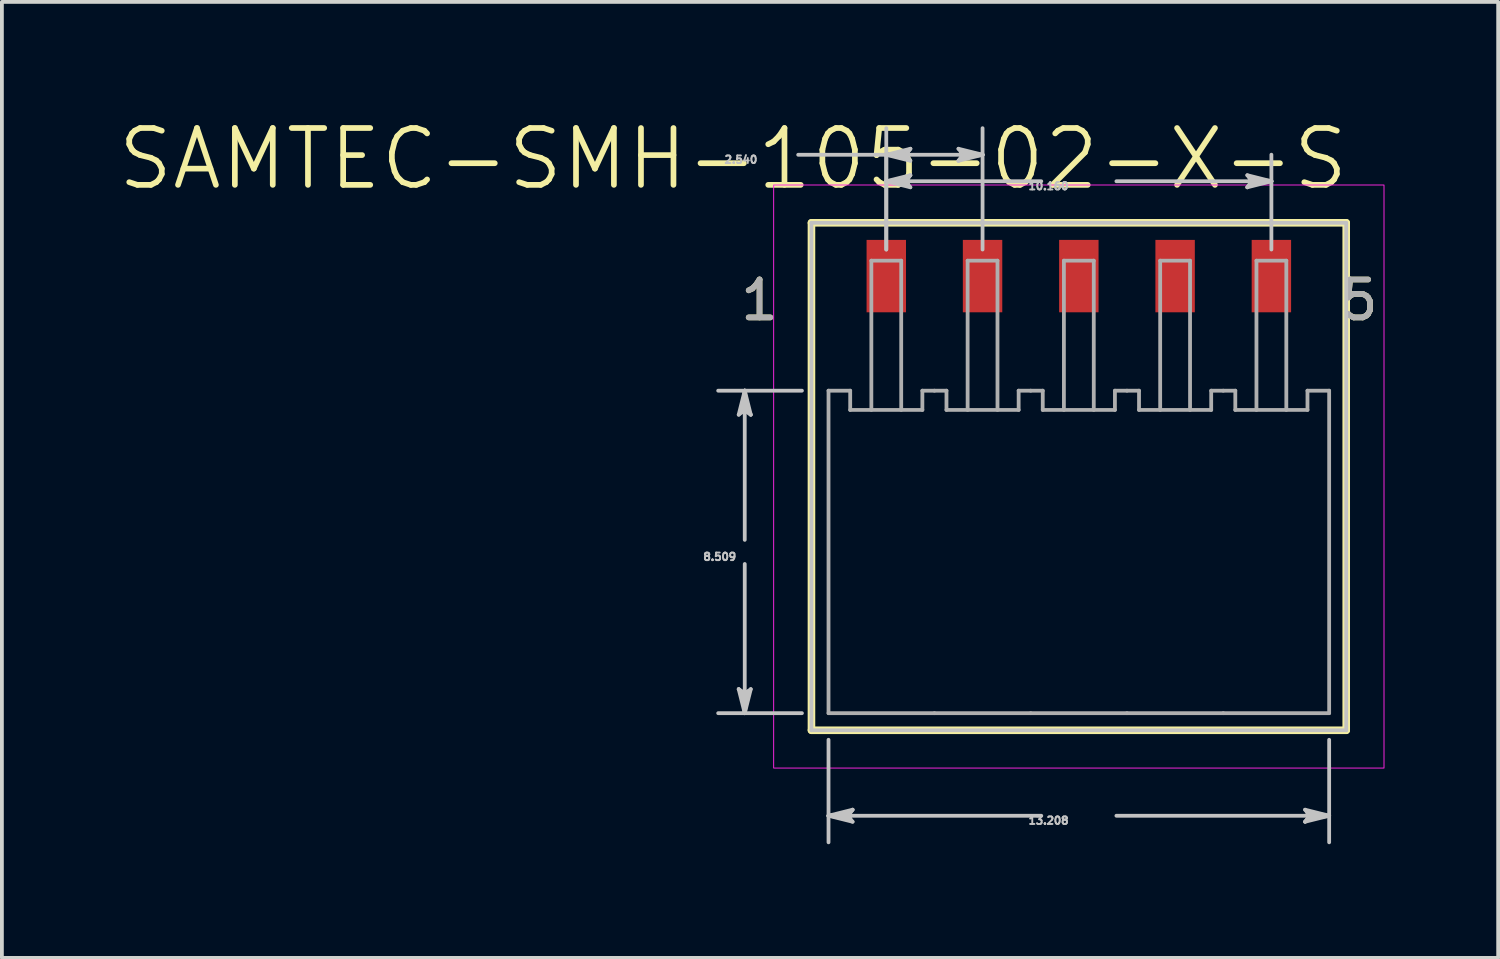
<source format=kicad_pcb>
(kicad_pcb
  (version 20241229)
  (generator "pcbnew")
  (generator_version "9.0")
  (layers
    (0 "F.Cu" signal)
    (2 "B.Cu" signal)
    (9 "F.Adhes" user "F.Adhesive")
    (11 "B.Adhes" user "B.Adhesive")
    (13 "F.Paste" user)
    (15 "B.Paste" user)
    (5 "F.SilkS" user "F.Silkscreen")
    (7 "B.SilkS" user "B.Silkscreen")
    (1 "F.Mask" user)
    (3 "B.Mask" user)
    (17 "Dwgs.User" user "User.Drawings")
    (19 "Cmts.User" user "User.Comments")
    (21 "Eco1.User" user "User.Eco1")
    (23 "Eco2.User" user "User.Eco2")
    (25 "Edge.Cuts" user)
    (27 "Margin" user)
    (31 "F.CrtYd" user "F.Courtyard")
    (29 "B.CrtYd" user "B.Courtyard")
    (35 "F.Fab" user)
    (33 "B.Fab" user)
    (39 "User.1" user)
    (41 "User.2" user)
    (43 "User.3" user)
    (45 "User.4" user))
  (footprint "SAMTEC-SMH-105-02-X-S"
    (layer "F.Cu")
    (at 25.412 11.511)
    (property "Reference" "SAMTEC-SMH-105-02-X-S" (at -9.123 -10.37 0) (layer "F.SilkS") (effects (font (size 1.5 1.5) (thickness 0.15))))
    (attr smd)
    (fp_poly (pts (xy -5.651 -8.283) (xy -4.509 -8.283) (xy -4.509 -6.271) (xy -5.651 -6.271)) (stroke (width 0.01) (type solid)) (fill yes) (layer "F.Mask"))
    (fp_poly (pts (xy -3.111 -8.283) (xy -1.969 -8.283) (xy -1.969 -6.271) (xy -3.111 -6.271)) (stroke (width 0.01) (type solid)) (fill yes) (layer "F.Mask"))
    (fp_poly (pts (xy -0.571 -8.283) (xy 0.571 -8.283) (xy 0.571 -6.271) (xy -0.571 -6.271)) (stroke (width 0.01) (type solid)) (fill yes) (layer "F.Mask"))
    (fp_poly (pts (xy 1.969 -8.283) (xy 3.111 -8.283) (xy 3.111 -6.271) (xy 1.969 -6.271)) (stroke (width 0.01) (type solid)) (fill yes) (layer "F.Mask"))
    (fp_poly (pts (xy 4.509 -8.283) (xy 5.651 -8.283) (xy 5.651 -6.271) (xy 4.509 -6.271)) (stroke (width 0.01) (type solid)) (fill yes) (layer "F.Mask"))
    (fp_line (start -7.054 -8.683) (end -7.054 4.705) (stroke (width 0.2) (type solid)) (layer "F.SilkS"))
    (fp_line (start -7.054 4.705) (end 7.054 4.705) (stroke (width 0.2) (type solid)) (layer "F.SilkS"))
    (fp_line (start 7.054 -8.683) (end -7.054 -8.683) (stroke (width 0.2) (type solid)) (layer "F.SilkS"))
    (fp_line (start 7.054 4.705) (end 7.054 -8.683) (stroke (width 0.2) (type solid)) (layer "F.SilkS"))
    (fp_poly (pts (xy -5.6 -8.232) (xy -4.56 -8.232) (xy -4.56 -6.322) (xy -5.6 -6.322)) (stroke (width 0.01) (type solid)) (fill yes) (layer "F.Paste"))
    (fp_poly (pts (xy -3.06 -8.232) (xy -2.02 -8.232) (xy -2.02 -6.322) (xy -3.06 -6.322)) (stroke (width 0.01) (type solid)) (fill yes) (layer "F.Paste"))
    (fp_poly (pts (xy -0.52 -8.232) (xy 0.52 -8.232) (xy 0.52 -6.322) (xy -0.52 -6.322)) (stroke (width 0.01) (type solid)) (fill yes) (layer "F.Paste"))
    (fp_poly (pts (xy 2.02 -8.232) (xy 3.06 -8.232) (xy 3.06 -6.322) (xy 2.02 -6.322)) (stroke (width 0.01) (type solid)) (fill yes) (layer "F.Paste"))
    (fp_poly (pts (xy 4.56 -8.232) (xy 5.6 -8.232) (xy 5.6 -6.322) (xy 4.56 -6.322)) (stroke (width 0.01) (type solid)) (fill yes) (layer "F.Paste"))
    (fp_line (start -8.973 -3.62) (end -8.814 -3.746) (stroke (width 0.1) (type solid)) (layer "Dwgs.User"))
    (fp_line (start -8.973 3.62) (end -8.814 4.254) (stroke (width 0.1) (type solid)) (layer "Dwgs.User"))
    (fp_line (start -8.893 -3.683) (end -8.814 -3.746) (stroke (width 0.1) (type solid)) (layer "Dwgs.User"))
    (fp_line (start -8.893 3.683) (end -8.973 3.62) (stroke (width 0.1) (type solid)) (layer "Dwgs.User"))
    (fp_line (start -8.814 -4.254) (end -8.973 -3.62) (stroke (width 0.1) (type solid)) (layer "Dwgs.User"))
    (fp_line (start -8.814 -4.254) (end -8.893 -3.683) (stroke (width 0.1) (type solid)) (layer "Dwgs.User"))
    (fp_line (start -8.814 -4.254) (end -8.734 -3.683) (stroke (width 0.1) (type solid)) (layer "Dwgs.User"))
    (fp_line (start -8.814 -3.746) (end -8.814 -4.254) (stroke (width 0.1) (type solid)) (layer "Dwgs.User"))
    (fp_line (start -8.814 -3.746) (end -8.655 -3.62) (stroke (width 0.1) (type solid)) (layer "Dwgs.User"))
    (fp_line (start -8.814 -0.318) (end -8.814 -4.254) (stroke (width 0.1) (type solid)) (layer "Dwgs.User"))
    (fp_line (start -8.814 0.318) (end -8.814 4.254) (stroke (width 0.1) (type solid)) (layer "Dwgs.User"))
    (fp_line (start -8.814 3.746) (end -8.973 3.62) (stroke (width 0.1) (type solid)) (layer "Dwgs.User"))
    (fp_line (start -8.814 3.746) (end -8.814 4.254) (stroke (width 0.1) (type solid)) (layer "Dwgs.User"))
    (fp_line (start -8.814 4.254) (end -8.893 3.683) (stroke (width 0.1) (type solid)) (layer "Dwgs.User"))
    (fp_line (start -8.814 4.254) (end -8.734 3.683) (stroke (width 0.1) (type solid)) (layer "Dwgs.User"))
    (fp_line (start -8.814 4.254) (end -8.655 3.62) (stroke (width 0.1) (type solid)) (layer "Dwgs.User"))
    (fp_line (start -8.734 -3.683) (end -8.655 -3.62) (stroke (width 0.1) (type solid)) (layer "Dwgs.User"))
    (fp_line (start -8.734 3.683) (end -8.814 3.746) (stroke (width 0.1) (type solid)) (layer "Dwgs.User"))
    (fp_line (start -8.655 -3.62) (end -8.814 -4.254) (stroke (width 0.1) (type solid)) (layer "Dwgs.User"))
    (fp_line (start -8.655 3.62) (end -8.814 3.746) (stroke (width 0.1) (type solid)) (layer "Dwgs.User"))
    (fp_line (start -7.404 -10.478) (end -5.08 -10.478) (stroke (width 0.1) (type solid)) (layer "Dwgs.User"))
    (fp_line (start -7.305 -4.254) (end -9.515 -4.254) (stroke (width 0.1) (type solid)) (layer "Dwgs.User"))
    (fp_line (start -7.305 4.254) (end -9.515 4.254) (stroke (width 0.1) (type solid)) (layer "Dwgs.User"))
    (fp_line (start -7.054 -8.683) (end -7.054 4.705) (stroke (width 0.1) (type solid)) (layer "Dwgs.User"))
    (fp_line (start -7.054 4.705) (end 7.054 4.705) (stroke (width 0.1) (type solid)) (layer "Dwgs.User"))
    (fp_line (start -6.604 4.956) (end -6.604 7.661) (stroke (width 0.1) (type solid)) (layer "Dwgs.User"))
    (fp_line (start -6.604 6.96) (end -6.032 6.88) (stroke (width 0.1) (type solid)) (layer "Dwgs.User"))
    (fp_line (start -6.604 6.96) (end -6.032 7.039) (stroke (width 0.1) (type solid)) (layer "Dwgs.User"))
    (fp_line (start -6.604 6.96) (end -5.969 7.118) (stroke (width 0.1) (type solid)) (layer "Dwgs.User"))
    (fp_line (start -6.096 6.96) (end -6.604 6.96) (stroke (width 0.1) (type solid)) (layer "Dwgs.User"))
    (fp_line (start -6.096 6.96) (end -5.969 6.801) (stroke (width 0.1) (type solid)) (layer "Dwgs.User"))
    (fp_line (start -6.032 6.88) (end -5.969 6.801) (stroke (width 0.1) (type solid)) (layer "Dwgs.User"))
    (fp_line (start -6.032 7.039) (end -6.096 6.96) (stroke (width 0.1) (type solid)) (layer "Dwgs.User"))
    (fp_line (start -5.969 6.801) (end -6.604 6.96) (stroke (width 0.1) (type solid)) (layer "Dwgs.User"))
    (fp_line (start -5.969 7.118) (end -6.096 6.96) (stroke (width 0.1) (type solid)) (layer "Dwgs.User"))
    (fp_line (start -5.08 -10.478) (end -4.508 -10.557) (stroke (width 0.1) (type solid)) (layer "Dwgs.User"))
    (fp_line (start -5.08 -10.478) (end -4.508 -10.398) (stroke (width 0.1) (type solid)) (layer "Dwgs.User"))
    (fp_line (start -5.08 -10.478) (end -4.445 -10.319) (stroke (width 0.1) (type solid)) (layer "Dwgs.User"))
    (fp_line (start -5.08 -10.478) (end -2.54 -10.478) (stroke (width 0.1) (type solid)) (layer "Dwgs.User"))
    (fp_line (start -5.08 -9.779) (end -4.508 -9.858) (stroke (width 0.1) (type solid)) (layer "Dwgs.User"))
    (fp_line (start -5.08 -9.779) (end -4.508 -9.7) (stroke (width 0.1) (type solid)) (layer "Dwgs.User"))
    (fp_line (start -5.08 -9.779) (end -4.445 -9.62) (stroke (width 0.1) (type solid)) (layer "Dwgs.User"))
    (fp_line (start -5.08 -7.978) (end -5.08 -11.179) (stroke (width 0.1) (type solid)) (layer "Dwgs.User"))
    (fp_line (start -5.08 -7.978) (end -5.08 -10.48) (stroke (width 0.1) (type solid)) (layer "Dwgs.User"))
    (fp_line (start -4.572 -10.478) (end -5.08 -10.478) (stroke (width 0.1) (type solid)) (layer "Dwgs.User"))
    (fp_line (start -4.572 -10.478) (end -4.445 -10.636) (stroke (width 0.1) (type solid)) (layer "Dwgs.User"))
    (fp_line (start -4.572 -9.779) (end -5.08 -9.779) (stroke (width 0.1) (type solid)) (layer "Dwgs.User"))
    (fp_line (start -4.572 -9.779) (end -4.445 -9.938) (stroke (width 0.1) (type solid)) (layer "Dwgs.User"))
    (fp_line (start -4.508 -10.557) (end -4.445 -10.636) (stroke (width 0.1) (type solid)) (layer "Dwgs.User"))
    (fp_line (start -4.508 -10.398) (end -4.572 -10.478) (stroke (width 0.1) (type solid)) (layer "Dwgs.User"))
    (fp_line (start -4.508 -9.858) (end -4.445 -9.938) (stroke (width 0.1) (type solid)) (layer "Dwgs.User"))
    (fp_line (start -4.508 -9.7) (end -4.572 -9.779) (stroke (width 0.1) (type solid)) (layer "Dwgs.User"))
    (fp_line (start -4.445 -10.636) (end -5.08 -10.478) (stroke (width 0.1) (type solid)) (layer "Dwgs.User"))
    (fp_line (start -4.445 -10.319) (end -4.572 -10.478) (stroke (width 0.1) (type solid)) (layer "Dwgs.User"))
    (fp_line (start -4.445 -9.938) (end -5.08 -9.779) (stroke (width 0.1) (type solid)) (layer "Dwgs.User"))
    (fp_line (start -4.445 -9.62) (end -4.572 -9.779) (stroke (width 0.1) (type solid)) (layer "Dwgs.User"))
    (fp_line (start -3.175 -10.636) (end -3.048 -10.478) (stroke (width 0.1) (type solid)) (layer "Dwgs.User"))
    (fp_line (start -3.175 -10.319) (end -2.54 -10.478) (stroke (width 0.1) (type solid)) (layer "Dwgs.User"))
    (fp_line (start -3.112 -10.557) (end -3.048 -10.478) (stroke (width 0.1) (type solid)) (layer "Dwgs.User"))
    (fp_line (start -3.112 -10.398) (end -3.175 -10.319) (stroke (width 0.1) (type solid)) (layer "Dwgs.User"))
    (fp_line (start -3.048 -10.478) (end -3.175 -10.319) (stroke (width 0.1) (type solid)) (layer "Dwgs.User"))
    (fp_line (start -3.048 -10.478) (end -2.54 -10.478) (stroke (width 0.1) (type solid)) (layer "Dwgs.User"))
    (fp_line (start -2.54 -10.478) (end -3.175 -10.636) (stroke (width 0.1) (type solid)) (layer "Dwgs.User"))
    (fp_line (start -2.54 -10.478) (end -3.112 -10.557) (stroke (width 0.1) (type solid)) (layer "Dwgs.User"))
    (fp_line (start -2.54 -10.478) (end -3.112 -10.398) (stroke (width 0.1) (type solid)) (layer "Dwgs.User"))
    (fp_line (start -2.54 -7.978) (end -2.54 -11.179) (stroke (width 0.1) (type solid)) (layer "Dwgs.User"))
    (fp_line (start -0.991 -9.779) (end -5.08 -9.779) (stroke (width 0.1) (type solid)) (layer "Dwgs.User"))
    (fp_line (start -0.991 6.96) (end -6.604 6.96) (stroke (width 0.1) (type solid)) (layer "Dwgs.User"))
    (fp_line (start 0.991 -9.779) (end 5.08 -9.779) (stroke (width 0.1) (type solid)) (layer "Dwgs.User"))
    (fp_line (start 0.991 6.96) (end 6.604 6.96) (stroke (width 0.1) (type solid)) (layer "Dwgs.User"))
    (fp_line (start 4.445 -9.938) (end 4.572 -9.779) (stroke (width 0.1) (type solid)) (layer "Dwgs.User"))
    (fp_line (start 4.445 -9.62) (end 5.08 -9.779) (stroke (width 0.1) (type solid)) (layer "Dwgs.User"))
    (fp_line (start 4.508 -9.858) (end 4.572 -9.779) (stroke (width 0.1) (type solid)) (layer "Dwgs.User"))
    (fp_line (start 4.508 -9.7) (end 4.445 -9.62) (stroke (width 0.1) (type solid)) (layer "Dwgs.User"))
    (fp_line (start 4.572 -9.779) (end 4.445 -9.62) (stroke (width 0.1) (type solid)) (layer "Dwgs.User"))
    (fp_line (start 4.572 -9.779) (end 5.08 -9.779) (stroke (width 0.1) (type solid)) (layer "Dwgs.User"))
    (fp_line (start 5.08 -9.779) (end 4.445 -9.938) (stroke (width 0.1) (type solid)) (layer "Dwgs.User"))
    (fp_line (start 5.08 -9.779) (end 4.508 -9.858) (stroke (width 0.1) (type solid)) (layer "Dwgs.User"))
    (fp_line (start 5.08 -9.779) (end 4.508 -9.7) (stroke (width 0.1) (type solid)) (layer "Dwgs.User"))
    (fp_line (start 5.08 -7.978) (end 5.08 -10.48) (stroke (width 0.1) (type solid)) (layer "Dwgs.User"))
    (fp_line (start 5.969 6.801) (end 6.096 6.96) (stroke (width 0.1) (type solid)) (layer "Dwgs.User"))
    (fp_line (start 5.969 7.118) (end 6.604 6.96) (stroke (width 0.1) (type solid)) (layer "Dwgs.User"))
    (fp_line (start 6.032 6.88) (end 6.096 6.96) (stroke (width 0.1) (type solid)) (layer "Dwgs.User"))
    (fp_line (start 6.032 7.039) (end 5.969 7.118) (stroke (width 0.1) (type solid)) (layer "Dwgs.User"))
    (fp_line (start 6.096 6.96) (end 5.969 7.118) (stroke (width 0.1) (type solid)) (layer "Dwgs.User"))
    (fp_line (start 6.096 6.96) (end 6.604 6.96) (stroke (width 0.1) (type solid)) (layer "Dwgs.User"))
    (fp_line (start 6.604 4.956) (end 6.604 7.661) (stroke (width 0.1) (type solid)) (layer "Dwgs.User"))
    (fp_line (start 6.604 6.96) (end 5.969 6.801) (stroke (width 0.1) (type solid)) (layer "Dwgs.User"))
    (fp_line (start 6.604 6.96) (end 6.032 6.88) (stroke (width 0.1) (type solid)) (layer "Dwgs.User"))
    (fp_line (start 6.604 6.96) (end 6.032 7.039) (stroke (width 0.1) (type solid)) (layer "Dwgs.User"))
    (fp_line (start 7.054 -8.683) (end -7.054 -8.683) (stroke (width 0.1) (type solid)) (layer "Dwgs.User"))
    (fp_line (start 7.054 4.705) (end 7.054 -8.683) (stroke (width 0.1) (type solid)) (layer "Dwgs.User"))
    (fp_poly (pts (xy 8.051 -9.68) (xy -8.051 -9.68) (xy -8.051 5.702) (xy 8.051 5.702) (xy 8.051 -9.68)) (stroke (width 0.025) (type solid)) (fill no) (layer "F.CrtYd"))
    (fp_line (start -6.604 4.254) (end -6.604 -4.254) (stroke (width 0.1) (type solid)) (layer "F.Fab"))
    (fp_line (start -6.032 -4.254) (end -6.604 -4.254) (stroke (width 0.1) (type solid)) (layer "F.Fab"))
    (fp_line (start -6.032 -3.746) (end -6.032 -4.254) (stroke (width 0.1) (type solid)) (layer "F.Fab"))
    (fp_line (start -5.474 -7.684) (end -5.474 -3.746) (stroke (width 0.1) (type solid)) (layer "F.Fab"))
    (fp_line (start -4.686 -7.684) (end -5.474 -7.684) (stroke (width 0.1) (type solid)) (layer "F.Fab"))
    (fp_line (start -4.686 -7.684) (end -4.686 -3.746) (stroke (width 0.1) (type solid)) (layer "F.Fab"))
    (fp_line (start -4.128 -4.254) (end -4.128 -3.746) (stroke (width 0.1) (type solid)) (layer "F.Fab"))
    (fp_line (start -4.128 -3.746) (end -6.032 -3.746) (stroke (width 0.1) (type solid)) (layer "F.Fab"))
    (fp_line (start -3.81 -4.254) (end -4.128 -4.254) (stroke (width 0.1) (type solid)) (layer "F.Fab"))
    (fp_line (start -3.81 4.254) (end -6.604 4.254) (stroke (width 0.1) (type solid)) (layer "F.Fab"))
    (fp_line (start -3.492 -4.254) (end -3.81 -4.254) (stroke (width 0.1) (type solid)) (layer "F.Fab"))
    (fp_line (start -3.492 -3.746) (end -3.492 -4.254) (stroke (width 0.1) (type solid)) (layer "F.Fab"))
    (fp_line (start -2.934 -3.746) (end -2.934 -7.684) (stroke (width 0.1) (type solid)) (layer "F.Fab"))
    (fp_line (start -2.146 -7.684) (end -2.934 -7.684) (stroke (width 0.1) (type solid)) (layer "F.Fab"))
    (fp_line (start -2.146 -7.684) (end -2.146 -3.746) (stroke (width 0.1) (type solid)) (layer "F.Fab"))
    (fp_line (start -1.588 -4.254) (end -1.588 -3.746) (stroke (width 0.1) (type solid)) (layer "F.Fab"))
    (fp_line (start -1.588 -3.746) (end -3.492 -3.746) (stroke (width 0.1) (type solid)) (layer "F.Fab"))
    (fp_line (start -1.27 -4.254) (end -1.588 -4.254) (stroke (width 0.1) (type solid)) (layer "F.Fab"))
    (fp_line (start -1.27 4.254) (end -3.81 4.254) (stroke (width 0.1) (type solid)) (layer "F.Fab"))
    (fp_line (start -0.952 -4.254) (end -1.27 -4.254) (stroke (width 0.1) (type solid)) (layer "F.Fab"))
    (fp_line (start -0.952 -3.746) (end -0.952 -4.254) (stroke (width 0.1) (type solid)) (layer "F.Fab"))
    (fp_line (start -0.394 -3.746) (end -0.394 -7.684) (stroke (width 0.1) (type solid)) (layer "F.Fab"))
    (fp_line (start 0.394 -7.684) (end -0.394 -7.684) (stroke (width 0.1) (type solid)) (layer "F.Fab"))
    (fp_line (start 0.394 -7.684) (end 0.394 -3.746) (stroke (width 0.1) (type solid)) (layer "F.Fab"))
    (fp_line (start 0.952 -4.254) (end 0.952 -3.746) (stroke (width 0.1) (type solid)) (layer "F.Fab"))
    (fp_line (start 0.952 -3.746) (end -0.952 -3.746) (stroke (width 0.1) (type solid)) (layer "F.Fab"))
    (fp_line (start 1.27 -4.254) (end 0.952 -4.254) (stroke (width 0.1) (type solid)) (layer "F.Fab"))
    (fp_line (start 1.27 4.254) (end -1.27 4.254) (stroke (width 0.1) (type solid)) (layer "F.Fab"))
    (fp_line (start 1.588 -4.254) (end 1.27 -4.254) (stroke (width 0.1) (type solid)) (layer "F.Fab"))
    (fp_line (start 1.588 -3.746) (end 1.588 -4.254) (stroke (width 0.1) (type solid)) (layer "F.Fab"))
    (fp_line (start 2.146 -3.746) (end 2.146 -7.684) (stroke (width 0.1) (type solid)) (layer "F.Fab"))
    (fp_line (start 2.934 -7.684) (end 2.146 -7.684) (stroke (width 0.1) (type solid)) (layer "F.Fab"))
    (fp_line (start 2.934 -7.684) (end 2.934 -3.746) (stroke (width 0.1) (type solid)) (layer "F.Fab"))
    (fp_line (start 3.492 -4.254) (end 3.492 -3.746) (stroke (width 0.1) (type solid)) (layer "F.Fab"))
    (fp_line (start 3.492 -3.746) (end 1.588 -3.746) (stroke (width 0.1) (type solid)) (layer "F.Fab"))
    (fp_line (start 3.81 -4.254) (end 3.492 -4.254) (stroke (width 0.1) (type solid)) (layer "F.Fab"))
    (fp_line (start 3.81 -4.254) (end 4.128 -4.254) (stroke (width 0.1) (type solid)) (layer "F.Fab"))
    (fp_line (start 3.81 4.254) (end 1.27 4.254) (stroke (width 0.1) (type solid)) (layer "F.Fab"))
    (fp_line (start 3.81 4.254) (end 6.604 4.254) (stroke (width 0.1) (type solid)) (layer "F.Fab"))
    (fp_line (start 4.128 -4.254) (end 4.128 -3.746) (stroke (width 0.1) (type solid)) (layer "F.Fab"))
    (fp_line (start 4.128 -3.746) (end 6.032 -3.746) (stroke (width 0.1) (type solid)) (layer "F.Fab"))
    (fp_line (start 4.686 -7.684) (end 4.686 -3.746) (stroke (width 0.1) (type solid)) (layer "F.Fab"))
    (fp_line (start 4.686 -7.684) (end 5.474 -7.684) (stroke (width 0.1) (type solid)) (layer "F.Fab"))
    (fp_line (start 5.474 -7.684) (end 5.474 -3.746) (stroke (width 0.1) (type solid)) (layer "F.Fab"))
    (fp_line (start 6.032 -4.254) (end 6.604 -4.254) (stroke (width 0.1) (type solid)) (layer "F.Fab"))
    (fp_line (start 6.032 -3.746) (end 6.032 -4.254) (stroke (width 0.1) (type solid)) (layer "F.Fab"))
    (fp_line (start 6.604 4.254) (end 6.604 -4.254) (stroke (width 0.1) (type solid)) (layer "F.Fab"))
    (fp_text user "5" (at 7.395 -6.642 0) (layer "F.SilkS") (effects (font (size 1 1) (thickness 0.15))))
    (fp_text user "1" (at -8.424 -6.642 0) (layer "F.SilkS") (effects (font (size 1 1) (thickness 0.15))))
    (fp_text user "13.208" (at -0.8 7.087 0) (layer "Dwgs.User") (effects (font (size 0.2 0.2) (thickness 0.05))))
    (fp_text user "10.160" (at -0.8 -9.652 0) (layer "Dwgs.User") (effects (font (size 0.2 0.2) (thickness 0.05))))
    (fp_text user "2.540" (at -8.915 -10.35 0) (layer "Dwgs.User") (effects (font (size 0.2 0.2) (thickness 0.05))))
    (fp_text user "8.509" (at -9.474 0.127 0) (layer "Dwgs.User") (effects (font (size 0.2 0.2) (thickness 0.05))))
    (fp_text user "5" (at 7.395 -6.642 0) (layer "F.Fab") (effects (font (size 1 1) (thickness 0.15))))
    (fp_text user "1" (at -8.424 -6.642 0) (layer "F.Fab") (effects (font (size 1 1) (thickness 0.15))))
    (pad "1" smd rect (at -5.08 -7.277) (size 1.04 1.91) (layers "F.Cu" "F.Paste"))
    (pad "2" smd rect (at -2.54 -7.277) (size 1.04 1.91) (layers "F.Cu" "F.Paste"))
    (pad "3" smd rect (at 0 -7.277) (size 1.04 1.91) (layers "F.Cu" "F.Paste"))
    (pad "4" smd rect (at 2.54 -7.277) (size 1.04 1.91) (layers "F.Cu" "F.Paste"))
    (pad "5" smd rect (at 5.08 -7.277) (size 1.04 1.91) (layers "F.Cu" "F.Paste")))
  (gr_rect
    (start -3 -3)
    (end 36.475 22.222)
    (stroke (width 0.1) (type default))
    (fill no)
    (layer "Edge.Cuts")))
</source>
